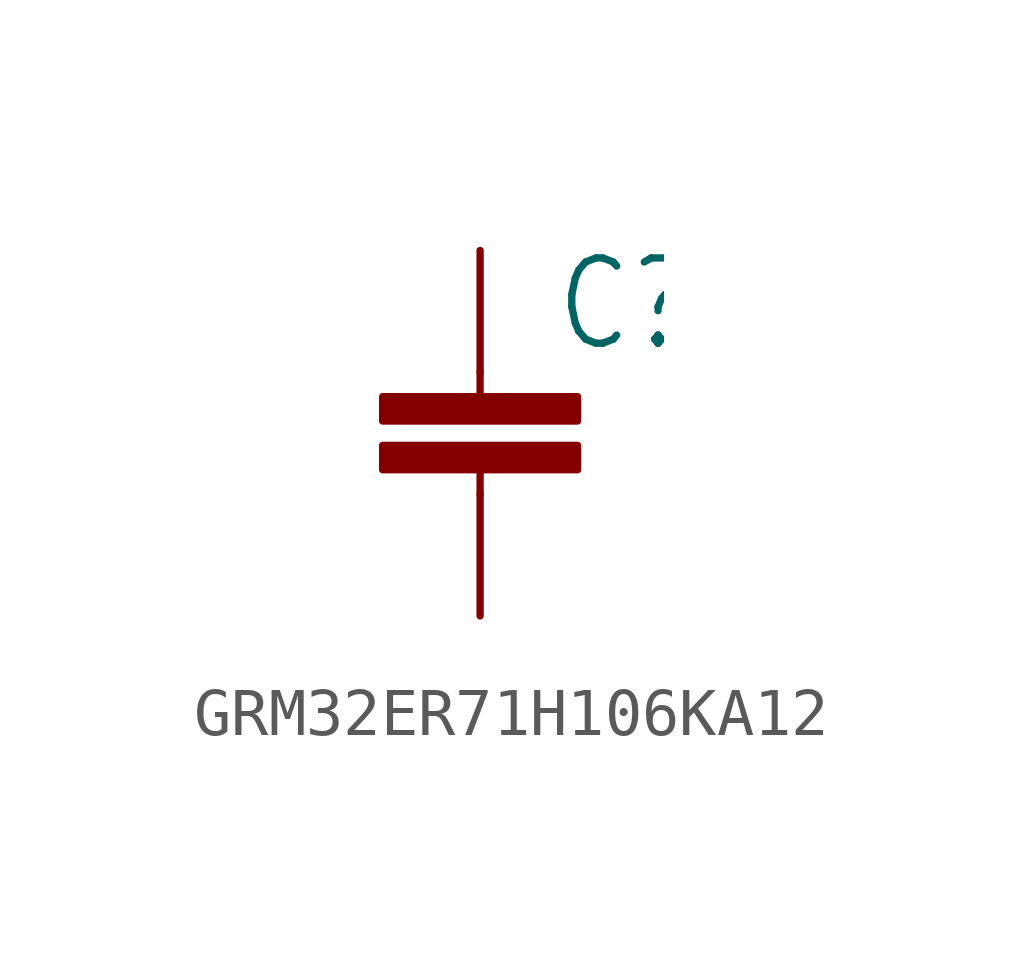
<source format=kicad_sym>
(kicad_symbol_lib
  (version 20220914)
  (generator kicad_symbol_editor)
  (symbol "GRM32ER71H106KA12"
    (property "Reference" "C"
      (at 1.524 0.381 0)
      (effects (font (size 1.778 1.511)) (justify left bottom)))
    (property "Value" ""
      (at 1.524 -4.699 0)
      (effects (font (size 1.778 1.511)) (justify left bottom)))
    (property "ki_locked" ""
      (at 0 0 0)
      (effects (font (size 1.27 1.27))))
    (symbol "GRM32ER71H106KA12_1_0"
      (rectangle (start -2.032 -2.032) (end 2.032 -1.524) (stroke (width 0) (type default)) (fill (type outline)))
      (rectangle (start -2.032 -1.016) (end 2.032 -0.508) (stroke (width 0) (type default)) (fill (type outline)))
      (polyline (pts (xy 0 -2.54) (xy 0 -2.032)) (stroke (width 0.152) (type solid)) (fill (type none)))
      (polyline (pts (xy 0 0) (xy 0 -0.508)) (stroke (width 0.152) (type solid)) (fill (type none)))
      (pin passive line (at 0 2.54 270) (length 2.54) (name "L" (effects (font (size 0 0)))) (number "L" (effects (font (size 0 0)))))
      (pin passive line (at 0 -5.08 90) (length 2.54) (name "R" (effects (font (size 0 0)))) (number "R" (effects (font (size 0 0))))))))
</source>
